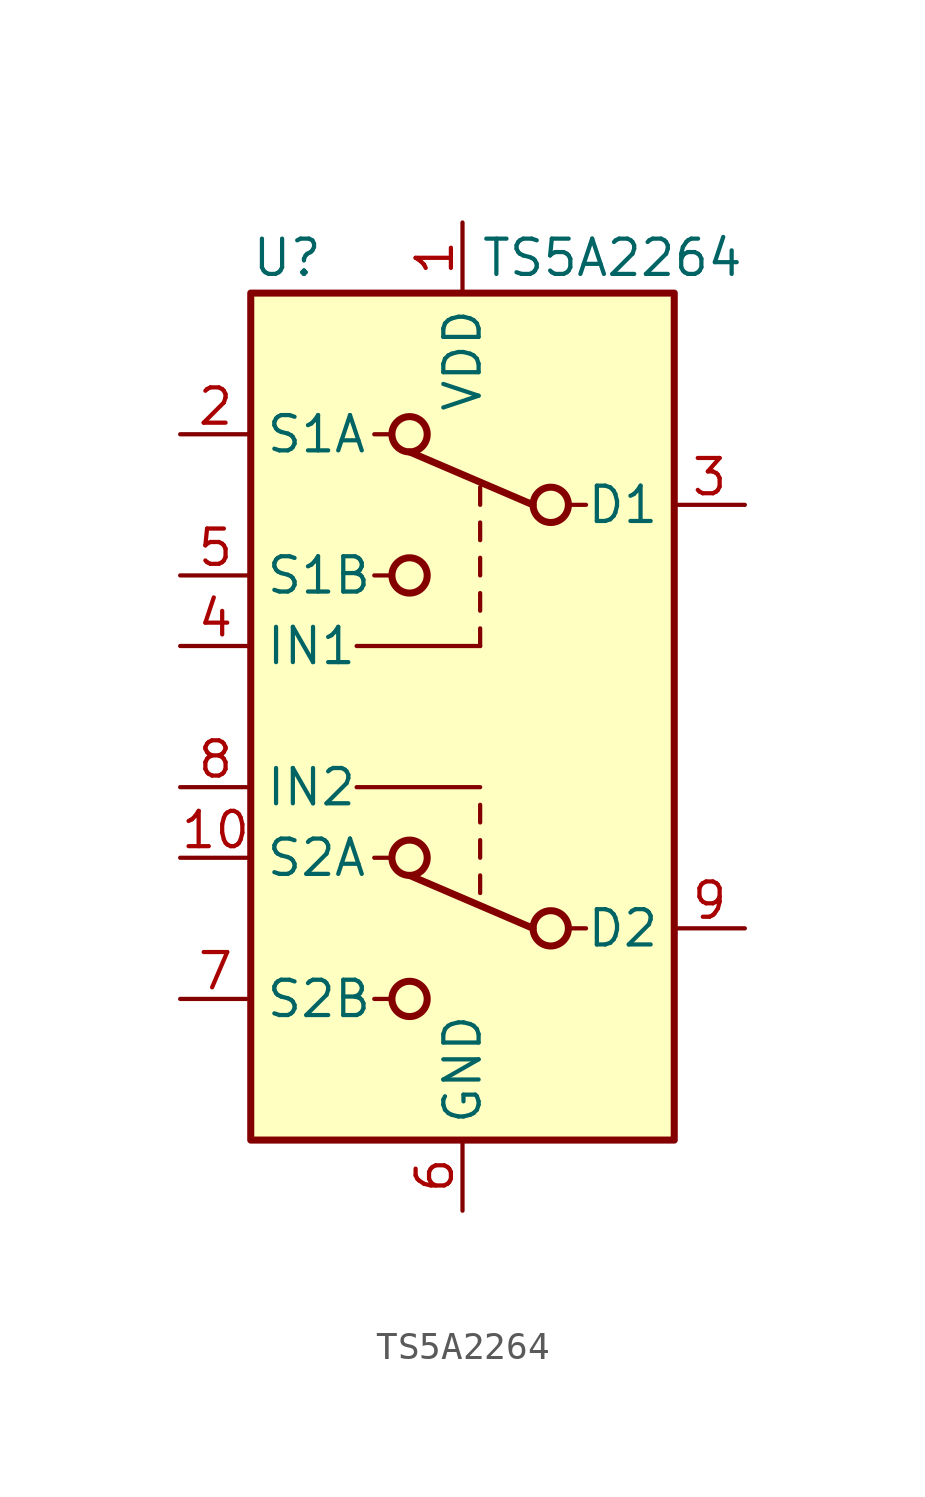
<source format=kicad_sym>
(kicad_symbol_lib
  (version 20211014)
  (generator kicad_symbol_editor)
  (symbol "TS5A2264"
    (property "Reference" "U"
      (at -7.62 16.51 0)
      (effects (font (size 1.27 1.27)) (justify left)))
    (property "Value" "TS5A2264"
      (at 0.635 16.51 0)
      (effects (font (size 1.27 1.27)) (justify left)))
    (symbol "TS5A2264_0_1"
      (rectangle (start -7.62 15.24) (end 7.62 -15.24) (stroke (width 0.254) (type default) (color 0 0 0 0)) (fill (type background)))
      (circle (center -1.905 -10.16) (radius 0.635) (stroke (width 0.254) (type default) (color 0 0 0 0)) (fill (type none)))
      (circle (center -1.905 -5.08) (radius 0.635) (stroke (width 0.254) (type default) (color 0 0 0 0)) (fill (type none)))
      (circle (center -1.905 5.08) (radius 0.635) (stroke (width 0.254) (type default) (color 0 0 0 0)) (fill (type none)))
      (circle (center -1.905 10.16) (radius 0.635) (stroke (width 0.254) (type default) (color 0 0 0 0)) (fill (type none)))
      (polyline (pts (xy -3.81 -2.54) (xy 0.635 -2.54)) (stroke (width 0) (type default) (color 0 0 0 0)) (fill (type none)))
      (polyline (pts (xy -3.81 2.54) (xy 0.635 2.54)) (stroke (width 0) (type default) (color 0 0 0 0)) (fill (type none)))
      (polyline (pts (xy -3.175 -10.16) (xy -2.54 -10.16)) (stroke (width 0) (type default) (color 0 0 0 0)) (fill (type none)))
      (polyline (pts (xy -3.175 -5.08) (xy -2.54 -5.08)) (stroke (width 0) (type default) (color 0 0 0 0)) (fill (type none)))
      (polyline (pts (xy -3.175 5.08) (xy -2.54 5.08)) (stroke (width 0) (type default) (color 0 0 0 0)) (fill (type none)))
      (polyline (pts (xy -3.175 10.16) (xy -2.54 10.16)) (stroke (width 0) (type default) (color 0 0 0 0)) (fill (type none)))
      (polyline (pts (xy -1.905 9.525) (xy 2.54 7.62)) (stroke (width 0.254) (type default) (color 0 0 0 0)) (fill (type none)))
      (polyline (pts (xy 0.635 -5.715) (xy 0.635 -6.35)) (stroke (width 0) (type default) (color 0 0 0 0)) (fill (type none)))
      (polyline (pts (xy 0.635 -4.445) (xy 0.635 -5.08)) (stroke (width 0) (type default) (color 0 0 0 0)) (fill (type none)))
      (polyline (pts (xy 0.635 -3.175) (xy 0.635 -3.81)) (stroke (width 0) (type default) (color 0 0 0 0)) (fill (type none)))
      (polyline (pts (xy 0.635 3.175) (xy 0.635 2.54)) (stroke (width 0) (type default) (color 0 0 0 0)) (fill (type none)))
      (polyline (pts (xy 0.635 4.445) (xy 0.635 3.81)) (stroke (width 0) (type default) (color 0 0 0 0)) (fill (type none)))
      (polyline (pts (xy 0.635 5.715) (xy 0.635 5.08)) (stroke (width 0) (type default) (color 0 0 0 0)) (fill (type none)))
      (polyline (pts (xy 0.635 6.985) (xy 0.635 6.35)) (stroke (width 0) (type default) (color 0 0 0 0)) (fill (type none)))
      (polyline (pts (xy 0.635 8.255) (xy 0.635 7.62)) (stroke (width 0) (type default) (color 0 0 0 0)) (fill (type none)))
      (polyline (pts (xy 2.54 -7.62) (xy -1.905 -5.715)) (stroke (width 0.254) (type default) (color 0 0 0 0)) (fill (type none)))
      (polyline (pts (xy 4.445 -7.62) (xy 3.81 -7.62)) (stroke (width 0) (type default) (color 0 0 0 0)) (fill (type none)))
      (polyline (pts (xy 4.445 7.62) (xy 3.81 7.62)) (stroke (width 0) (type default) (color 0 0 0 0)) (fill (type none)))
      (circle (center 3.175 -7.62) (radius 0.635) (stroke (width 0.254) (type default) (color 0 0 0 0)) (fill (type none)))
      (circle (center 3.175 7.62) (radius 0.635) (stroke (width 0.254) (type default) (color 0 0 0 0)) (fill (type none))))
    (symbol "TS5A2264_1_1"
      (pin power_in line (at 0 17.78 270) (length 2.54) (name "VDD" (effects (font (size 1.27 1.27)))) (number "1" (effects (font (size 1.27 1.27)))))
      (pin bidirectional line (at -10.16 -5.08 0) (length 2.54) (name "S2A" (effects (font (size 1.27 1.27)))) (number "10" (effects (font (size 1.27 1.27)))))
      (pin passive line (at 0 -17.78 90) (length 2.54) hide (name "GND" (effects (font (size 1.27 1.27)))) (number "11" (effects (font (size 1.27 1.27)))))
      (pin bidirectional line (at -10.16 10.16 0) (length 2.54) (name "S1A" (effects (font (size 1.27 1.27)))) (number "2" (effects (font (size 1.27 1.27)))))
      (pin bidirectional line (at 10.16 7.62 180) (length 2.54) (name "D1" (effects (font (size 1.27 1.27)))) (number "3" (effects (font (size 1.27 1.27)))))
      (pin input line (at -10.16 2.54 0) (length 2.54) (name "IN1" (effects (font (size 1.27 1.27)))) (number "4" (effects (font (size 1.27 1.27)))))
      (pin bidirectional line (at -10.16 5.08 0) (length 2.54) (name "S1B" (effects (font (size 1.27 1.27)))) (number "5" (effects (font (size 1.27 1.27)))))
      (pin power_in line (at 0 -17.78 90) (length 2.54) (name "GND" (effects (font (size 1.27 1.27)))) (number "6" (effects (font (size 1.27 1.27)))))
      (pin bidirectional line (at -10.16 -10.16 0) (length 2.54) (name "S2B" (effects (font (size 1.27 1.27)))) (number "7" (effects (font (size 1.27 1.27)))))
      (pin input line (at -10.16 -2.54 0) (length 2.54) (name "IN2" (effects (font (size 1.27 1.27)))) (number "8" (effects (font (size 1.27 1.27)))))
      (pin bidirectional line (at 10.16 -7.62 180) (length 2.54) (name "D2" (effects (font (size 1.27 1.27)))) (number "9" (effects (font (size 1.27 1.27))))))))
</source>
